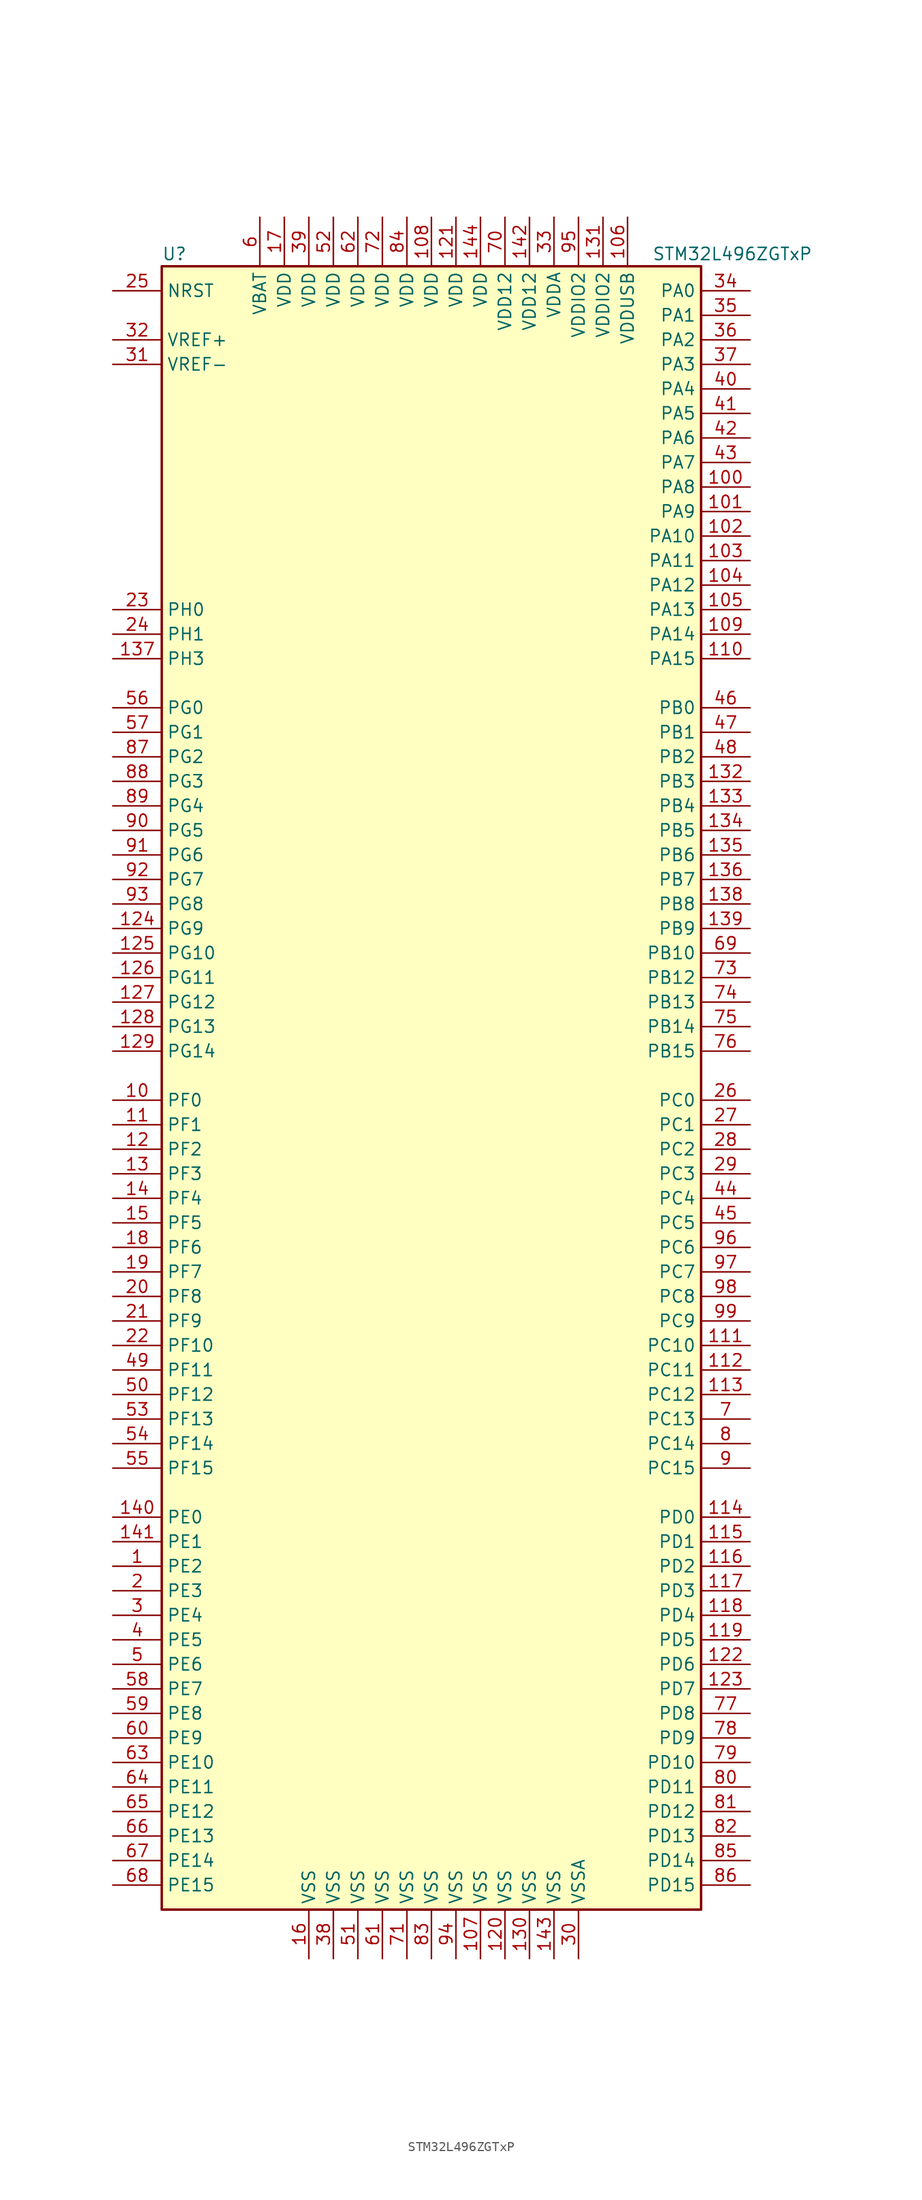
<source format=kicad_sym>
(kicad_symbol_lib
  (version 20220914)
  (generator kicad_symbol_editor)
  (symbol "STM32L496ZGTxP"
    (property "Reference" "U"
      (at -27.94 85.09 0)
      (effects (font (size 1.27 1.27)) (justify left)))
    (property "Value" "STM32L496ZGTxP"
      (at 22.86 85.09 0)
      (effects (font (size 1.27 1.27)) (justify left)))
    (symbol "STM32L496ZGTxP_0_1"
      (rectangle (start -27.94 -86.36) (end 27.94 83.82) (stroke (width 0.254) (type default)) (fill (type background))))
    (symbol "STM32L496ZGTxP_1_1"
      (pin bidirectional line (at -33.02 -50.8 0) (length 5.08) (name "PE2" (effects (font (size 1.27 1.27)))) (number "1" (effects (font (size 1.27 1.27)))))
      (pin bidirectional line (at -33.02 -2.54 0) (length 5.08) (name "PF0" (effects (font (size 1.27 1.27)))) (number "10" (effects (font (size 1.27 1.27)))))
      (pin bidirectional line (at 33.02 60.96 180) (length 5.08) (name "PA8" (effects (font (size 1.27 1.27)))) (number "100" (effects (font (size 1.27 1.27)))))
      (pin bidirectional line (at 33.02 58.42 180) (length 5.08) (name "PA9" (effects (font (size 1.27 1.27)))) (number "101" (effects (font (size 1.27 1.27)))))
      (pin bidirectional line (at 33.02 55.88 180) (length 5.08) (name "PA10" (effects (font (size 1.27 1.27)))) (number "102" (effects (font (size 1.27 1.27)))))
      (pin bidirectional line (at 33.02 53.34 180) (length 5.08) (name "PA11" (effects (font (size 1.27 1.27)))) (number "103" (effects (font (size 1.27 1.27)))))
      (pin bidirectional line (at 33.02 50.8 180) (length 5.08) (name "PA12" (effects (font (size 1.27 1.27)))) (number "104" (effects (font (size 1.27 1.27)))))
      (pin bidirectional line (at 33.02 48.26 180) (length 5.08) (name "PA13" (effects (font (size 1.27 1.27)))) (number "105" (effects (font (size 1.27 1.27)))))
      (pin power_in line (at 20.32 88.9 270) (length 5.08) (name "VDDUSB" (effects (font (size 1.27 1.27)))) (number "106" (effects (font (size 1.27 1.27)))))
      (pin power_in line (at 5.08 -91.44 90) (length 5.08) (name "VSS" (effects (font (size 1.27 1.27)))) (number "107" (effects (font (size 1.27 1.27)))))
      (pin power_in line (at 0 88.9 270) (length 5.08) (name "VDD" (effects (font (size 1.27 1.27)))) (number "108" (effects (font (size 1.27 1.27)))))
      (pin bidirectional line (at 33.02 45.72 180) (length 5.08) (name "PA14" (effects (font (size 1.27 1.27)))) (number "109" (effects (font (size 1.27 1.27)))))
      (pin bidirectional line (at -33.02 -5.08 0) (length 5.08) (name "PF1" (effects (font (size 1.27 1.27)))) (number "11" (effects (font (size 1.27 1.27)))))
      (pin bidirectional line (at 33.02 43.18 180) (length 5.08) (name "PA15" (effects (font (size 1.27 1.27)))) (number "110" (effects (font (size 1.27 1.27)))))
      (pin bidirectional line (at 33.02 -27.94 180) (length 5.08) (name "PC10" (effects (font (size 1.27 1.27)))) (number "111" (effects (font (size 1.27 1.27)))))
      (pin bidirectional line (at 33.02 -30.48 180) (length 5.08) (name "PC11" (effects (font (size 1.27 1.27)))) (number "112" (effects (font (size 1.27 1.27)))))
      (pin bidirectional line (at 33.02 -33.02 180) (length 5.08) (name "PC12" (effects (font (size 1.27 1.27)))) (number "113" (effects (font (size 1.27 1.27)))))
      (pin bidirectional line (at 33.02 -45.72 180) (length 5.08) (name "PD0" (effects (font (size 1.27 1.27)))) (number "114" (effects (font (size 1.27 1.27)))))
      (pin bidirectional line (at 33.02 -48.26 180) (length 5.08) (name "PD1" (effects (font (size 1.27 1.27)))) (number "115" (effects (font (size 1.27 1.27)))))
      (pin bidirectional line (at 33.02 -50.8 180) (length 5.08) (name "PD2" (effects (font (size 1.27 1.27)))) (number "116" (effects (font (size 1.27 1.27)))))
      (pin bidirectional line (at 33.02 -53.34 180) (length 5.08) (name "PD3" (effects (font (size 1.27 1.27)))) (number "117" (effects (font (size 1.27 1.27)))))
      (pin bidirectional line (at 33.02 -55.88 180) (length 5.08) (name "PD4" (effects (font (size 1.27 1.27)))) (number "118" (effects (font (size 1.27 1.27)))))
      (pin bidirectional line (at 33.02 -58.42 180) (length 5.08) (name "PD5" (effects (font (size 1.27 1.27)))) (number "119" (effects (font (size 1.27 1.27)))))
      (pin bidirectional line (at -33.02 -7.62 0) (length 5.08) (name "PF2" (effects (font (size 1.27 1.27)))) (number "12" (effects (font (size 1.27 1.27)))))
      (pin power_in line (at 7.62 -91.44 90) (length 5.08) (name "VSS" (effects (font (size 1.27 1.27)))) (number "120" (effects (font (size 1.27 1.27)))))
      (pin power_in line (at 2.54 88.9 270) (length 5.08) (name "VDD" (effects (font (size 1.27 1.27)))) (number "121" (effects (font (size 1.27 1.27)))))
      (pin bidirectional line (at 33.02 -60.96 180) (length 5.08) (name "PD6" (effects (font (size 1.27 1.27)))) (number "122" (effects (font (size 1.27 1.27)))))
      (pin bidirectional line (at 33.02 -63.5 180) (length 5.08) (name "PD7" (effects (font (size 1.27 1.27)))) (number "123" (effects (font (size 1.27 1.27)))))
      (pin bidirectional line (at -33.02 15.24 0) (length 5.08) (name "PG9" (effects (font (size 1.27 1.27)))) (number "124" (effects (font (size 1.27 1.27)))))
      (pin bidirectional line (at -33.02 12.7 0) (length 5.08) (name "PG10" (effects (font (size 1.27 1.27)))) (number "125" (effects (font (size 1.27 1.27)))))
      (pin bidirectional line (at -33.02 10.16 0) (length 5.08) (name "PG11" (effects (font (size 1.27 1.27)))) (number "126" (effects (font (size 1.27 1.27)))))
      (pin bidirectional line (at -33.02 7.62 0) (length 5.08) (name "PG12" (effects (font (size 1.27 1.27)))) (number "127" (effects (font (size 1.27 1.27)))))
      (pin bidirectional line (at -33.02 5.08 0) (length 5.08) (name "PG13" (effects (font (size 1.27 1.27)))) (number "128" (effects (font (size 1.27 1.27)))))
      (pin bidirectional line (at -33.02 2.54 0) (length 5.08) (name "PG14" (effects (font (size 1.27 1.27)))) (number "129" (effects (font (size 1.27 1.27)))))
      (pin bidirectional line (at -33.02 -10.16 0) (length 5.08) (name "PF3" (effects (font (size 1.27 1.27)))) (number "13" (effects (font (size 1.27 1.27)))))
      (pin power_in line (at 10.16 -91.44 90) (length 5.08) (name "VSS" (effects (font (size 1.27 1.27)))) (number "130" (effects (font (size 1.27 1.27)))))
      (pin power_in line (at 17.78 88.9 270) (length 5.08) (name "VDDIO2" (effects (font (size 1.27 1.27)))) (number "131" (effects (font (size 1.27 1.27)))))
      (pin bidirectional line (at 33.02 30.48 180) (length 5.08) (name "PB3" (effects (font (size 1.27 1.27)))) (number "132" (effects (font (size 1.27 1.27)))))
      (pin bidirectional line (at 33.02 27.94 180) (length 5.08) (name "PB4" (effects (font (size 1.27 1.27)))) (number "133" (effects (font (size 1.27 1.27)))))
      (pin bidirectional line (at 33.02 25.4 180) (length 5.08) (name "PB5" (effects (font (size 1.27 1.27)))) (number "134" (effects (font (size 1.27 1.27)))))
      (pin bidirectional line (at 33.02 22.86 180) (length 5.08) (name "PB6" (effects (font (size 1.27 1.27)))) (number "135" (effects (font (size 1.27 1.27)))))
      (pin bidirectional line (at 33.02 20.32 180) (length 5.08) (name "PB7" (effects (font (size 1.27 1.27)))) (number "136" (effects (font (size 1.27 1.27)))))
      (pin bidirectional line (at -33.02 43.18 0) (length 5.08) (name "PH3" (effects (font (size 1.27 1.27)))) (number "137" (effects (font (size 1.27 1.27)))))
      (pin bidirectional line (at 33.02 17.78 180) (length 5.08) (name "PB8" (effects (font (size 1.27 1.27)))) (number "138" (effects (font (size 1.27 1.27)))))
      (pin bidirectional line (at 33.02 15.24 180) (length 5.08) (name "PB9" (effects (font (size 1.27 1.27)))) (number "139" (effects (font (size 1.27 1.27)))))
      (pin bidirectional line (at -33.02 -12.7 0) (length 5.08) (name "PF4" (effects (font (size 1.27 1.27)))) (number "14" (effects (font (size 1.27 1.27)))))
      (pin bidirectional line (at -33.02 -45.72 0) (length 5.08) (name "PE0" (effects (font (size 1.27 1.27)))) (number "140" (effects (font (size 1.27 1.27)))))
      (pin bidirectional line (at -33.02 -48.26 0) (length 5.08) (name "PE1" (effects (font (size 1.27 1.27)))) (number "141" (effects (font (size 1.27 1.27)))))
      (pin power_in line (at 10.16 88.9 270) (length 5.08) (name "VDD12" (effects (font (size 1.27 1.27)))) (number "142" (effects (font (size 1.27 1.27)))))
      (pin power_in line (at 12.7 -91.44 90) (length 5.08) (name "VSS" (effects (font (size 1.27 1.27)))) (number "143" (effects (font (size 1.27 1.27)))))
      (pin power_in line (at 5.08 88.9 270) (length 5.08) (name "VDD" (effects (font (size 1.27 1.27)))) (number "144" (effects (font (size 1.27 1.27)))))
      (pin bidirectional line (at -33.02 -15.24 0) (length 5.08) (name "PF5" (effects (font (size 1.27 1.27)))) (number "15" (effects (font (size 1.27 1.27)))))
      (pin power_in line (at -12.7 -91.44 90) (length 5.08) (name "VSS" (effects (font (size 1.27 1.27)))) (number "16" (effects (font (size 1.27 1.27)))))
      (pin power_in line (at -15.24 88.9 270) (length 5.08) (name "VDD" (effects (font (size 1.27 1.27)))) (number "17" (effects (font (size 1.27 1.27)))))
      (pin bidirectional line (at -33.02 -17.78 0) (length 5.08) (name "PF6" (effects (font (size 1.27 1.27)))) (number "18" (effects (font (size 1.27 1.27)))))
      (pin bidirectional line (at -33.02 -20.32 0) (length 5.08) (name "PF7" (effects (font (size 1.27 1.27)))) (number "19" (effects (font (size 1.27 1.27)))))
      (pin bidirectional line (at -33.02 -53.34 0) (length 5.08) (name "PE3" (effects (font (size 1.27 1.27)))) (number "2" (effects (font (size 1.27 1.27)))))
      (pin bidirectional line (at -33.02 -22.86 0) (length 5.08) (name "PF8" (effects (font (size 1.27 1.27)))) (number "20" (effects (font (size 1.27 1.27)))))
      (pin bidirectional line (at -33.02 -25.4 0) (length 5.08) (name "PF9" (effects (font (size 1.27 1.27)))) (number "21" (effects (font (size 1.27 1.27)))))
      (pin bidirectional line (at -33.02 -27.94 0) (length 5.08) (name "PF10" (effects (font (size 1.27 1.27)))) (number "22" (effects (font (size 1.27 1.27)))))
      (pin input line (at -33.02 48.26 0) (length 5.08) (name "PH0" (effects (font (size 1.27 1.27)))) (number "23" (effects (font (size 1.27 1.27)))))
      (pin input line (at -33.02 45.72 0) (length 5.08) (name "PH1" (effects (font (size 1.27 1.27)))) (number "24" (effects (font (size 1.27 1.27)))))
      (pin input line (at -33.02 81.28 0) (length 5.08) (name "NRST" (effects (font (size 1.27 1.27)))) (number "25" (effects (font (size 1.27 1.27)))))
      (pin bidirectional line (at 33.02 -2.54 180) (length 5.08) (name "PC0" (effects (font (size 1.27 1.27)))) (number "26" (effects (font (size 1.27 1.27)))))
      (pin bidirectional line (at 33.02 -5.08 180) (length 5.08) (name "PC1" (effects (font (size 1.27 1.27)))) (number "27" (effects (font (size 1.27 1.27)))))
      (pin bidirectional line (at 33.02 -7.62 180) (length 5.08) (name "PC2" (effects (font (size 1.27 1.27)))) (number "28" (effects (font (size 1.27 1.27)))))
      (pin bidirectional line (at 33.02 -10.16 180) (length 5.08) (name "PC3" (effects (font (size 1.27 1.27)))) (number "29" (effects (font (size 1.27 1.27)))))
      (pin bidirectional line (at -33.02 -55.88 0) (length 5.08) (name "PE4" (effects (font (size 1.27 1.27)))) (number "3" (effects (font (size 1.27 1.27)))))
      (pin power_in line (at 15.24 -91.44 90) (length 5.08) (name "VSSA" (effects (font (size 1.27 1.27)))) (number "30" (effects (font (size 1.27 1.27)))))
      (pin power_in line (at -33.02 73.66 0) (length 5.08) (name "VREF-" (effects (font (size 1.27 1.27)))) (number "31" (effects (font (size 1.27 1.27)))))
      (pin bidirectional line (at -33.02 76.2 0) (length 5.08) (name "VREF+" (effects (font (size 1.27 1.27)))) (number "32" (effects (font (size 1.27 1.27)))))
      (pin power_in line (at 12.7 88.9 270) (length 5.08) (name "VDDA" (effects (font (size 1.27 1.27)))) (number "33" (effects (font (size 1.27 1.27)))))
      (pin bidirectional line (at 33.02 81.28 180) (length 5.08) (name "PA0" (effects (font (size 1.27 1.27)))) (number "34" (effects (font (size 1.27 1.27)))))
      (pin bidirectional line (at 33.02 78.74 180) (length 5.08) (name "PA1" (effects (font (size 1.27 1.27)))) (number "35" (effects (font (size 1.27 1.27)))))
      (pin bidirectional line (at 33.02 76.2 180) (length 5.08) (name "PA2" (effects (font (size 1.27 1.27)))) (number "36" (effects (font (size 1.27 1.27)))))
      (pin bidirectional line (at 33.02 73.66 180) (length 5.08) (name "PA3" (effects (font (size 1.27 1.27)))) (number "37" (effects (font (size 1.27 1.27)))))
      (pin power_in line (at -10.16 -91.44 90) (length 5.08) (name "VSS" (effects (font (size 1.27 1.27)))) (number "38" (effects (font (size 1.27 1.27)))))
      (pin power_in line (at -12.7 88.9 270) (length 5.08) (name "VDD" (effects (font (size 1.27 1.27)))) (number "39" (effects (font (size 1.27 1.27)))))
      (pin bidirectional line (at -33.02 -58.42 0) (length 5.08) (name "PE5" (effects (font (size 1.27 1.27)))) (number "4" (effects (font (size 1.27 1.27)))))
      (pin bidirectional line (at 33.02 71.12 180) (length 5.08) (name "PA4" (effects (font (size 1.27 1.27)))) (number "40" (effects (font (size 1.27 1.27)))))
      (pin bidirectional line (at 33.02 68.58 180) (length 5.08) (name "PA5" (effects (font (size 1.27 1.27)))) (number "41" (effects (font (size 1.27 1.27)))))
      (pin bidirectional line (at 33.02 66.04 180) (length 5.08) (name "PA6" (effects (font (size 1.27 1.27)))) (number "42" (effects (font (size 1.27 1.27)))))
      (pin bidirectional line (at 33.02 63.5 180) (length 5.08) (name "PA7" (effects (font (size 1.27 1.27)))) (number "43" (effects (font (size 1.27 1.27)))))
      (pin bidirectional line (at 33.02 -12.7 180) (length 5.08) (name "PC4" (effects (font (size 1.27 1.27)))) (number "44" (effects (font (size 1.27 1.27)))))
      (pin bidirectional line (at 33.02 -15.24 180) (length 5.08) (name "PC5" (effects (font (size 1.27 1.27)))) (number "45" (effects (font (size 1.27 1.27)))))
      (pin bidirectional line (at 33.02 38.1 180) (length 5.08) (name "PB0" (effects (font (size 1.27 1.27)))) (number "46" (effects (font (size 1.27 1.27)))))
      (pin bidirectional line (at 33.02 35.56 180) (length 5.08) (name "PB1" (effects (font (size 1.27 1.27)))) (number "47" (effects (font (size 1.27 1.27)))))
      (pin bidirectional line (at 33.02 33.02 180) (length 5.08) (name "PB2" (effects (font (size 1.27 1.27)))) (number "48" (effects (font (size 1.27 1.27)))))
      (pin bidirectional line (at -33.02 -30.48 0) (length 5.08) (name "PF11" (effects (font (size 1.27 1.27)))) (number "49" (effects (font (size 1.27 1.27)))))
      (pin bidirectional line (at -33.02 -60.96 0) (length 5.08) (name "PE6" (effects (font (size 1.27 1.27)))) (number "5" (effects (font (size 1.27 1.27)))))
      (pin bidirectional line (at -33.02 -33.02 0) (length 5.08) (name "PF12" (effects (font (size 1.27 1.27)))) (number "50" (effects (font (size 1.27 1.27)))))
      (pin power_in line (at -7.62 -91.44 90) (length 5.08) (name "VSS" (effects (font (size 1.27 1.27)))) (number "51" (effects (font (size 1.27 1.27)))))
      (pin power_in line (at -10.16 88.9 270) (length 5.08) (name "VDD" (effects (font (size 1.27 1.27)))) (number "52" (effects (font (size 1.27 1.27)))))
      (pin bidirectional line (at -33.02 -35.56 0) (length 5.08) (name "PF13" (effects (font (size 1.27 1.27)))) (number "53" (effects (font (size 1.27 1.27)))))
      (pin bidirectional line (at -33.02 -38.1 0) (length 5.08) (name "PF14" (effects (font (size 1.27 1.27)))) (number "54" (effects (font (size 1.27 1.27)))))
      (pin bidirectional line (at -33.02 -40.64 0) (length 5.08) (name "PF15" (effects (font (size 1.27 1.27)))) (number "55" (effects (font (size 1.27 1.27)))))
      (pin bidirectional line (at -33.02 38.1 0) (length 5.08) (name "PG0" (effects (font (size 1.27 1.27)))) (number "56" (effects (font (size 1.27 1.27)))))
      (pin bidirectional line (at -33.02 35.56 0) (length 5.08) (name "PG1" (effects (font (size 1.27 1.27)))) (number "57" (effects (font (size 1.27 1.27)))))
      (pin bidirectional line (at -33.02 -63.5 0) (length 5.08) (name "PE7" (effects (font (size 1.27 1.27)))) (number "58" (effects (font (size 1.27 1.27)))))
      (pin bidirectional line (at -33.02 -66.04 0) (length 5.08) (name "PE8" (effects (font (size 1.27 1.27)))) (number "59" (effects (font (size 1.27 1.27)))))
      (pin power_in line (at -17.78 88.9 270) (length 5.08) (name "VBAT" (effects (font (size 1.27 1.27)))) (number "6" (effects (font (size 1.27 1.27)))))
      (pin bidirectional line (at -33.02 -68.58 0) (length 5.08) (name "PE9" (effects (font (size 1.27 1.27)))) (number "60" (effects (font (size 1.27 1.27)))))
      (pin power_in line (at -5.08 -91.44 90) (length 5.08) (name "VSS" (effects (font (size 1.27 1.27)))) (number "61" (effects (font (size 1.27 1.27)))))
      (pin power_in line (at -7.62 88.9 270) (length 5.08) (name "VDD" (effects (font (size 1.27 1.27)))) (number "62" (effects (font (size 1.27 1.27)))))
      (pin bidirectional line (at -33.02 -71.12 0) (length 5.08) (name "PE10" (effects (font (size 1.27 1.27)))) (number "63" (effects (font (size 1.27 1.27)))))
      (pin bidirectional line (at -33.02 -73.66 0) (length 5.08) (name "PE11" (effects (font (size 1.27 1.27)))) (number "64" (effects (font (size 1.27 1.27)))))
      (pin bidirectional line (at -33.02 -76.2 0) (length 5.08) (name "PE12" (effects (font (size 1.27 1.27)))) (number "65" (effects (font (size 1.27 1.27)))))
      (pin bidirectional line (at -33.02 -78.74 0) (length 5.08) (name "PE13" (effects (font (size 1.27 1.27)))) (number "66" (effects (font (size 1.27 1.27)))))
      (pin bidirectional line (at -33.02 -81.28 0) (length 5.08) (name "PE14" (effects (font (size 1.27 1.27)))) (number "67" (effects (font (size 1.27 1.27)))))
      (pin bidirectional line (at -33.02 -83.82 0) (length 5.08) (name "PE15" (effects (font (size 1.27 1.27)))) (number "68" (effects (font (size 1.27 1.27)))))
      (pin bidirectional line (at 33.02 12.7 180) (length 5.08) (name "PB10" (effects (font (size 1.27 1.27)))) (number "69" (effects (font (size 1.27 1.27)))))
      (pin bidirectional line (at 33.02 -35.56 180) (length 5.08) (name "PC13" (effects (font (size 1.27 1.27)))) (number "7" (effects (font (size 1.27 1.27)))))
      (pin power_in line (at 7.62 88.9 270) (length 5.08) (name "VDD12" (effects (font (size 1.27 1.27)))) (number "70" (effects (font (size 1.27 1.27)))))
      (pin power_in line (at -2.54 -91.44 90) (length 5.08) (name "VSS" (effects (font (size 1.27 1.27)))) (number "71" (effects (font (size 1.27 1.27)))))
      (pin power_in line (at -5.08 88.9 270) (length 5.08) (name "VDD" (effects (font (size 1.27 1.27)))) (number "72" (effects (font (size 1.27 1.27)))))
      (pin bidirectional line (at 33.02 10.16 180) (length 5.08) (name "PB12" (effects (font (size 1.27 1.27)))) (number "73" (effects (font (size 1.27 1.27)))))
      (pin bidirectional line (at 33.02 7.62 180) (length 5.08) (name "PB13" (effects (font (size 1.27 1.27)))) (number "74" (effects (font (size 1.27 1.27)))))
      (pin bidirectional line (at 33.02 5.08 180) (length 5.08) (name "PB14" (effects (font (size 1.27 1.27)))) (number "75" (effects (font (size 1.27 1.27)))))
      (pin bidirectional line (at 33.02 2.54 180) (length 5.08) (name "PB15" (effects (font (size 1.27 1.27)))) (number "76" (effects (font (size 1.27 1.27)))))
      (pin bidirectional line (at 33.02 -66.04 180) (length 5.08) (name "PD8" (effects (font (size 1.27 1.27)))) (number "77" (effects (font (size 1.27 1.27)))))
      (pin bidirectional line (at 33.02 -68.58 180) (length 5.08) (name "PD9" (effects (font (size 1.27 1.27)))) (number "78" (effects (font (size 1.27 1.27)))))
      (pin bidirectional line (at 33.02 -71.12 180) (length 5.08) (name "PD10" (effects (font (size 1.27 1.27)))) (number "79" (effects (font (size 1.27 1.27)))))
      (pin bidirectional line (at 33.02 -38.1 180) (length 5.08) (name "PC14" (effects (font (size 1.27 1.27)))) (number "8" (effects (font (size 1.27 1.27)))))
      (pin bidirectional line (at 33.02 -73.66 180) (length 5.08) (name "PD11" (effects (font (size 1.27 1.27)))) (number "80" (effects (font (size 1.27 1.27)))))
      (pin bidirectional line (at 33.02 -76.2 180) (length 5.08) (name "PD12" (effects (font (size 1.27 1.27)))) (number "81" (effects (font (size 1.27 1.27)))))
      (pin bidirectional line (at 33.02 -78.74 180) (length 5.08) (name "PD13" (effects (font (size 1.27 1.27)))) (number "82" (effects (font (size 1.27 1.27)))))
      (pin power_in line (at 0 -91.44 90) (length 5.08) (name "VSS" (effects (font (size 1.27 1.27)))) (number "83" (effects (font (size 1.27 1.27)))))
      (pin power_in line (at -2.54 88.9 270) (length 5.08) (name "VDD" (effects (font (size 1.27 1.27)))) (number "84" (effects (font (size 1.27 1.27)))))
      (pin bidirectional line (at 33.02 -81.28 180) (length 5.08) (name "PD14" (effects (font (size 1.27 1.27)))) (number "85" (effects (font (size 1.27 1.27)))))
      (pin bidirectional line (at 33.02 -83.82 180) (length 5.08) (name "PD15" (effects (font (size 1.27 1.27)))) (number "86" (effects (font (size 1.27 1.27)))))
      (pin bidirectional line (at -33.02 33.02 0) (length 5.08) (name "PG2" (effects (font (size 1.27 1.27)))) (number "87" (effects (font (size 1.27 1.27)))))
      (pin bidirectional line (at -33.02 30.48 0) (length 5.08) (name "PG3" (effects (font (size 1.27 1.27)))) (number "88" (effects (font (size 1.27 1.27)))))
      (pin bidirectional line (at -33.02 27.94 0) (length 5.08) (name "PG4" (effects (font (size 1.27 1.27)))) (number "89" (effects (font (size 1.27 1.27)))))
      (pin bidirectional line (at 33.02 -40.64 180) (length 5.08) (name "PC15" (effects (font (size 1.27 1.27)))) (number "9" (effects (font (size 1.27 1.27)))))
      (pin bidirectional line (at -33.02 25.4 0) (length 5.08) (name "PG5" (effects (font (size 1.27 1.27)))) (number "90" (effects (font (size 1.27 1.27)))))
      (pin bidirectional line (at -33.02 22.86 0) (length 5.08) (name "PG6" (effects (font (size 1.27 1.27)))) (number "91" (effects (font (size 1.27 1.27)))))
      (pin bidirectional line (at -33.02 20.32 0) (length 5.08) (name "PG7" (effects (font (size 1.27 1.27)))) (number "92" (effects (font (size 1.27 1.27)))))
      (pin bidirectional line (at -33.02 17.78 0) (length 5.08) (name "PG8" (effects (font (size 1.27 1.27)))) (number "93" (effects (font (size 1.27 1.27)))))
      (pin power_in line (at 2.54 -91.44 90) (length 5.08) (name "VSS" (effects (font (size 1.27 1.27)))) (number "94" (effects (font (size 1.27 1.27)))))
      (pin power_in line (at 15.24 88.9 270) (length 5.08) (name "VDDIO2" (effects (font (size 1.27 1.27)))) (number "95" (effects (font (size 1.27 1.27)))))
      (pin bidirectional line (at 33.02 -17.78 180) (length 5.08) (name "PC6" (effects (font (size 1.27 1.27)))) (number "96" (effects (font (size 1.27 1.27)))))
      (pin bidirectional line (at 33.02 -20.32 180) (length 5.08) (name "PC7" (effects (font (size 1.27 1.27)))) (number "97" (effects (font (size 1.27 1.27)))))
      (pin bidirectional line (at 33.02 -22.86 180) (length 5.08) (name "PC8" (effects (font (size 1.27 1.27)))) (number "98" (effects (font (size 1.27 1.27)))))
      (pin bidirectional line (at 33.02 -25.4 180) (length 5.08) (name "PC9" (effects (font (size 1.27 1.27)))) (number "99" (effects (font (size 1.27 1.27))))))))
</source>
